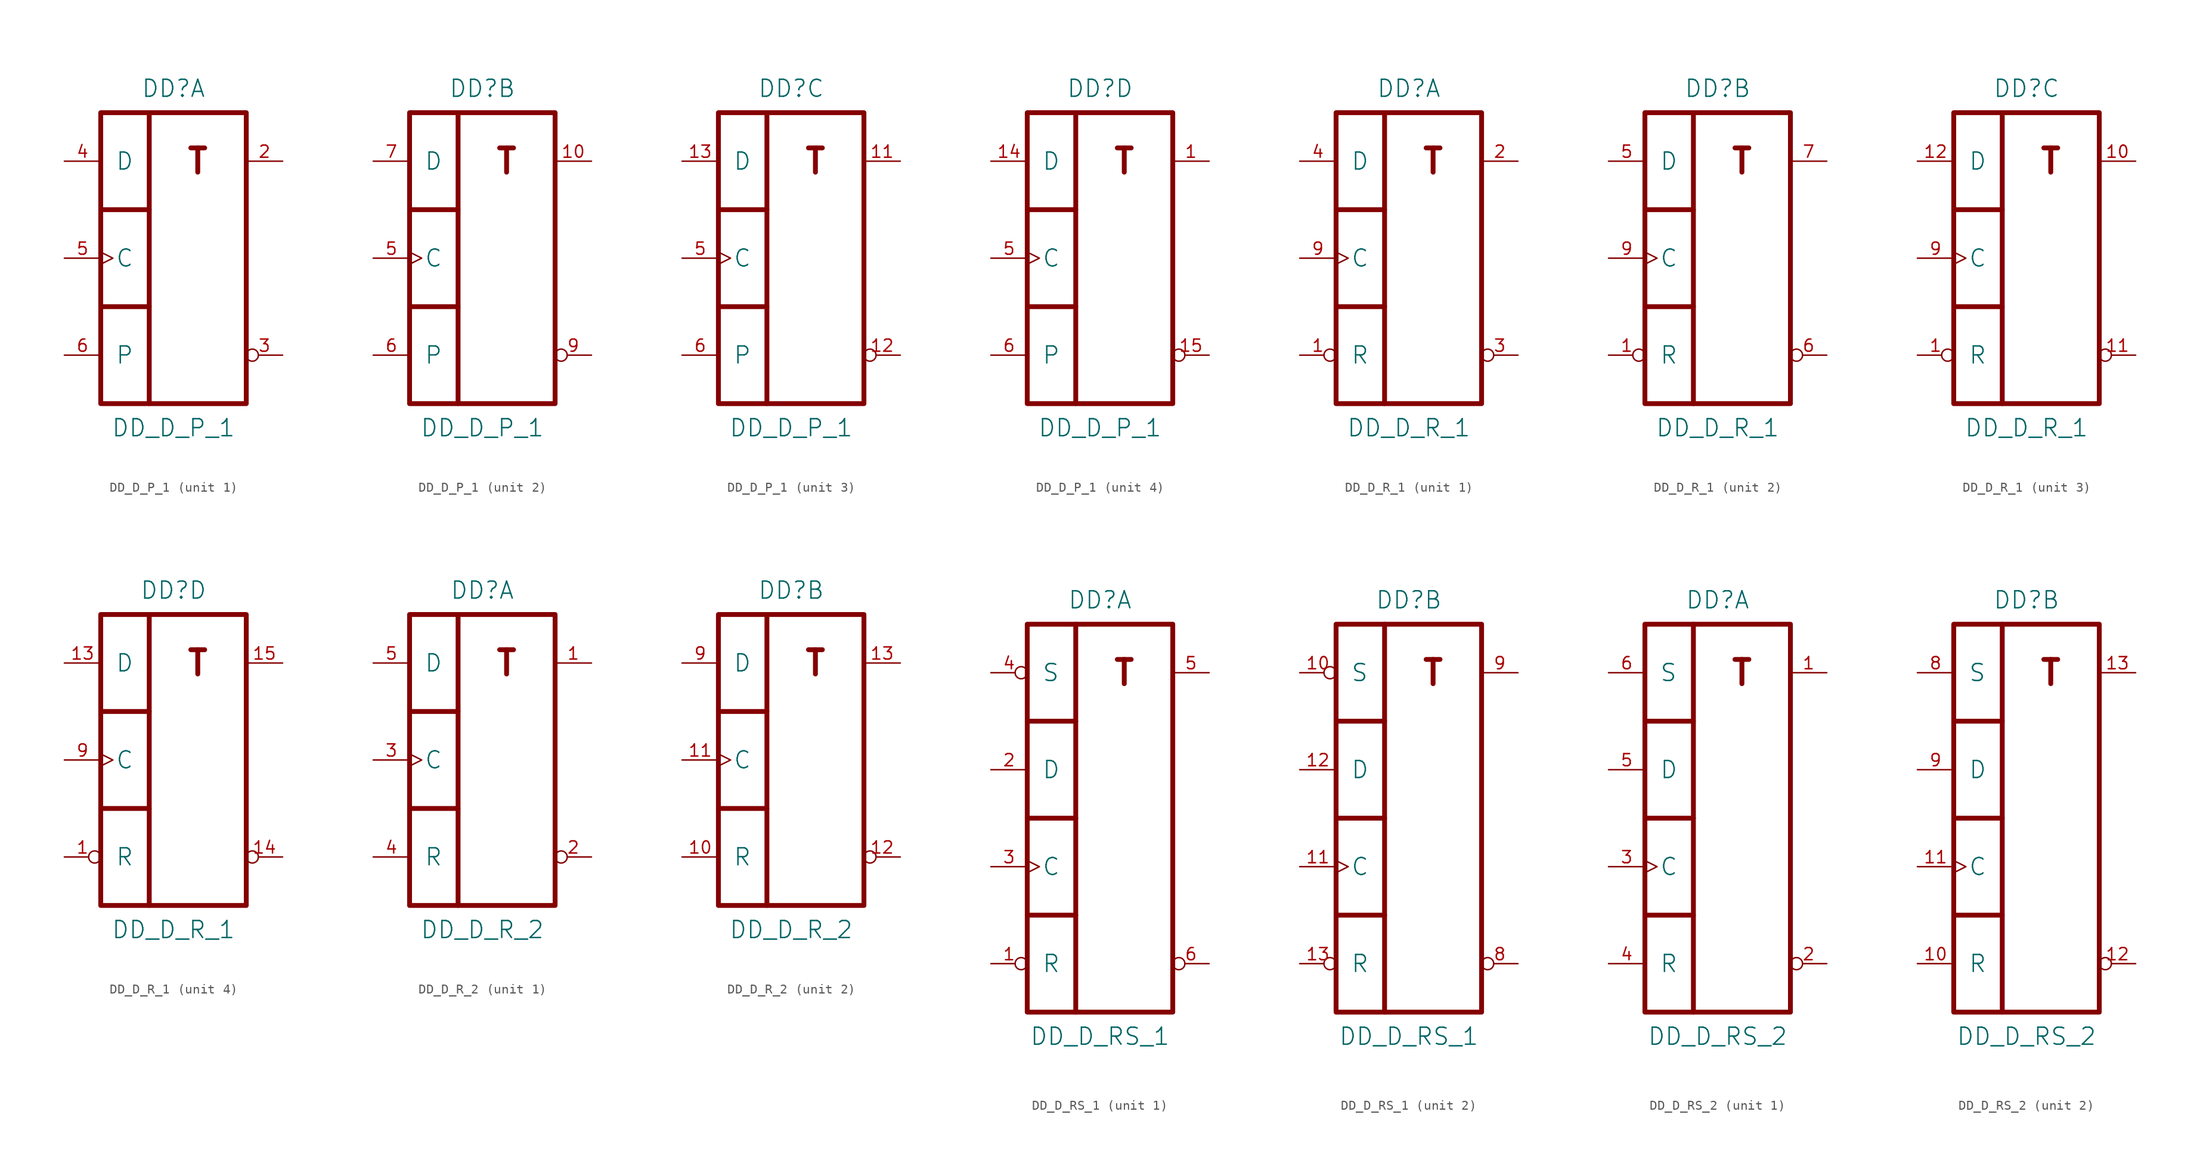
<source format=kicad_sym>
(kicad_symbol_lib
  (version 20211014)
  (generator kicad_symbol_editor)
  (symbol "DD_D_P_1"
    (pin_names
      (offset 1.524))
    (property "Reference" "DD"
      (at 0 17.78 0)
      (effects (font (size 1.778 1.778))))
    (property "Value" "DD_D_P_1"
      (at 0 -17.78 0)
      (effects (font (size 1.778 1.778))))
    (symbol "DD_D_P_1_0_0"
      (text "T" (at 2.54 10.16 0) (effects (font (size 2.54 2.54) bold))))
    (symbol "DD_D_P_1_0_1"
      (rectangle (start -7.62 15.24) (end 7.62 -15.24) (stroke (width 0.508) (type default) (color 0 0 0 0)) (fill (type none)))
      (polyline (pts (xy -7.62 -5.08) (xy -2.54 -5.08)) (stroke (width 0.508) (type default) (color 0 0 0 0)) (fill (type none)))
      (polyline (pts (xy -7.62 5.08) (xy -2.54 5.08)) (stroke (width 0.508) (type default) (color 0 0 0 0)) (fill (type none)))
      (polyline (pts (xy -2.54 15.24) (xy -2.54 -15.24)) (stroke (width 0.508) (type default) (color 0 0 0 0)) (fill (type none)))
      (pin power_in non_logic (at 11.43 12.7 180) (length 3.81) hide (name "VCC" (effects (font (size 1.27 1.27)))) (number "16" (effects (font (size 1.27 1.27)))))
      (pin input clock (at -11.43 0 0) (length 3.81) (name "C" (effects (font (size 1.778 1.778)))) (number "5" (effects (font (size 1.27 1.27)))))
      (pin input line (at -11.43 -10.16 0) (length 3.81) (name "P" (effects (font (size 1.778 1.778)))) (number "6" (effects (font (size 1.27 1.27)))))
      (pin power_in non_logic (at 11.43 -12.7 180) (length 3.81) hide (name "GND" (effects (font (size 1.27 1.27)))) (number "8" (effects (font (size 1.27 1.27))))))
    (symbol "DD_D_P_1_1_1"
      (pin output line (at 11.43 10.16 180) (length 3.81) (name "~" (effects (font (size 1.778 1.778)))) (number "2" (effects (font (size 1.27 1.27)))))
      (pin output inverted (at 11.43 -10.16 180) (length 3.81) (name "~" (effects (font (size 1.778 1.778)))) (number "3" (effects (font (size 1.27 1.27)))))
      (pin input line (at -11.43 10.16 0) (length 3.81) (name "D" (effects (font (size 1.778 1.778)))) (number "4" (effects (font (size 1.27 1.27))))))
    (symbol "DD_D_P_1_2_1"
      (pin output line (at 11.43 10.16 180) (length 3.81) (name "~" (effects (font (size 1.778 1.778)))) (number "10" (effects (font (size 1.27 1.27)))))
      (pin input line (at -11.43 10.16 0) (length 3.81) (name "D" (effects (font (size 1.778 1.778)))) (number "7" (effects (font (size 1.27 1.27)))))
      (pin output inverted (at 11.43 -10.16 180) (length 3.81) (name "~" (effects (font (size 1.778 1.778)))) (number "9" (effects (font (size 1.27 1.27))))))
    (symbol "DD_D_P_1_3_1"
      (pin output line (at 11.43 10.16 180) (length 3.81) (name "~" (effects (font (size 1.778 1.778)))) (number "11" (effects (font (size 1.27 1.27)))))
      (pin output inverted (at 11.43 -10.16 180) (length 3.81) (name "~" (effects (font (size 1.778 1.778)))) (number "12" (effects (font (size 1.27 1.27)))))
      (pin input line (at -11.43 10.16 0) (length 3.81) (name "D" (effects (font (size 1.778 1.778)))) (number "13" (effects (font (size 1.27 1.27))))))
    (symbol "DD_D_P_1_4_1"
      (pin output line (at 11.43 10.16 180) (length 3.81) (name "~" (effects (font (size 1.778 1.778)))) (number "1" (effects (font (size 1.27 1.27)))))
      (pin input line (at -11.43 10.16 0) (length 3.81) (name "D" (effects (font (size 1.778 1.778)))) (number "14" (effects (font (size 1.27 1.27)))))
      (pin output inverted (at 11.43 -10.16 180) (length 3.81) (name "~" (effects (font (size 1.778 1.778)))) (number "15" (effects (font (size 1.27 1.27)))))))
  (symbol "DD_D_R_1"
    (pin_names
      (offset 1.524))
    (property "Reference" "DD"
      (at 0 17.78 0)
      (effects (font (size 1.778 1.778))))
    (property "Value" "DD_D_R_1"
      (at 0 -17.78 0)
      (effects (font (size 1.778 1.778))))
    (symbol "DD_D_R_1_0_0"
      (text "T" (at 2.54 10.16 0) (effects (font (size 2.54 2.54) bold))))
    (symbol "DD_D_R_1_0_1"
      (rectangle (start -7.62 15.24) (end 7.62 -15.24) (stroke (width 0.508) (type default) (color 0 0 0 0)) (fill (type none)))
      (polyline (pts (xy -7.62 -5.08) (xy -2.54 -5.08)) (stroke (width 0.508) (type default) (color 0 0 0 0)) (fill (type none)))
      (polyline (pts (xy -7.62 5.08) (xy -2.54 5.08)) (stroke (width 0.508) (type default) (color 0 0 0 0)) (fill (type none)))
      (polyline (pts (xy -2.54 15.24) (xy -2.54 -15.24)) (stroke (width 0.508) (type default) (color 0 0 0 0)) (fill (type none)))
      (pin input inverted (at -11.43 -10.16 0) (length 3.81) (name "R" (effects (font (size 1.778 1.778)))) (number "1" (effects (font (size 1.27 1.27)))))
      (pin power_in non_logic (at 11.43 12.7 180) (length 3.81) hide (name "VCC" (effects (font (size 1.27 1.27)))) (number "16" (effects (font (size 1.27 1.27)))))
      (pin power_in non_logic (at 11.43 -12.7 180) (length 3.81) hide (name "GND" (effects (font (size 1.27 1.27)))) (number "8" (effects (font (size 1.27 1.27)))))
      (pin input clock (at -11.43 0 0) (length 3.81) (name "C" (effects (font (size 1.778 1.778)))) (number "9" (effects (font (size 1.27 1.27))))))
    (symbol "DD_D_R_1_1_1"
      (pin output line (at 11.43 10.16 180) (length 3.81) (name "~" (effects (font (size 1.778 1.778)))) (number "2" (effects (font (size 1.27 1.27)))))
      (pin output inverted (at 11.43 -10.16 180) (length 3.81) (name "~" (effects (font (size 1.778 1.778)))) (number "3" (effects (font (size 1.27 1.27)))))
      (pin input line (at -11.43 10.16 0) (length 3.81) (name "D" (effects (font (size 1.778 1.778)))) (number "4" (effects (font (size 1.27 1.27))))))
    (symbol "DD_D_R_1_2_1"
      (pin input line (at -11.43 10.16 0) (length 3.81) (name "D" (effects (font (size 1.778 1.778)))) (number "5" (effects (font (size 1.27 1.27)))))
      (pin output inverted (at 11.43 -10.16 180) (length 3.81) (name "~" (effects (font (size 1.778 1.778)))) (number "6" (effects (font (size 1.27 1.27)))))
      (pin output line (at 11.43 10.16 180) (length 3.81) (name "~" (effects (font (size 1.778 1.778)))) (number "7" (effects (font (size 1.27 1.27))))))
    (symbol "DD_D_R_1_3_1"
      (pin output line (at 11.43 10.16 180) (length 3.81) (name "~" (effects (font (size 1.778 1.778)))) (number "10" (effects (font (size 1.27 1.27)))))
      (pin output inverted (at 11.43 -10.16 180) (length 3.81) (name "~" (effects (font (size 1.778 1.778)))) (number "11" (effects (font (size 1.27 1.27)))))
      (pin input line (at -11.43 10.16 0) (length 3.81) (name "D" (effects (font (size 1.778 1.778)))) (number "12" (effects (font (size 1.27 1.27))))))
    (symbol "DD_D_R_1_4_1"
      (pin input line (at -11.43 10.16 0) (length 3.81) (name "D" (effects (font (size 1.778 1.778)))) (number "13" (effects (font (size 1.27 1.27)))))
      (pin output inverted (at 11.43 -10.16 180) (length 3.81) (name "~" (effects (font (size 1.778 1.778)))) (number "14" (effects (font (size 1.27 1.27)))))
      (pin output line (at 11.43 10.16 180) (length 3.81) (name "~" (effects (font (size 1.778 1.778)))) (number "15" (effects (font (size 1.27 1.27)))))))
  (symbol "DD_D_R_2"
    (pin_names
      (offset 1.524))
    (property "Reference" "DD"
      (at 0 17.78 0)
      (effects (font (size 1.778 1.778))))
    (property "Value" "DD_D_R_2"
      (at 0 -17.78 0)
      (effects (font (size 1.778 1.778))))
    (symbol "DD_D_R_2_0_0"
      (text "T" (at 2.54 10.16 0) (effects (font (size 2.54 2.54) bold))))
    (symbol "DD_D_R_2_0_1"
      (rectangle (start -7.62 15.24) (end 7.62 -15.24) (stroke (width 0.508) (type default) (color 0 0 0 0)) (fill (type none)))
      (polyline (pts (xy -7.62 -5.08) (xy -2.54 -5.08)) (stroke (width 0.508) (type default) (color 0 0 0 0)) (fill (type none)))
      (polyline (pts (xy -7.62 5.08) (xy -2.54 5.08)) (stroke (width 0.508) (type default) (color 0 0 0 0)) (fill (type none)))
      (polyline (pts (xy -2.54 15.24) (xy -2.54 -15.24)) (stroke (width 0.508) (type default) (color 0 0 0 0)) (fill (type none)))
      (pin power_in non_logic (at 11.43 12.7 180) (length 3.81) hide (name "VCC" (effects (font (size 1.27 1.27)))) (number "14" (effects (font (size 1.27 1.27)))))
      (pin power_in non_logic (at 11.43 -12.7 180) (length 3.81) hide (name "GND" (effects (font (size 1.27 1.27)))) (number "7" (effects (font (size 1.27 1.27))))))
    (symbol "DD_D_R_2_1_1"
      (pin output line (at 11.43 10.16 180) (length 3.81) (name "~" (effects (font (size 1.778 1.778)))) (number "1" (effects (font (size 1.27 1.27)))))
      (pin output inverted (at 11.43 -10.16 180) (length 3.81) (name "~" (effects (font (size 1.778 1.778)))) (number "2" (effects (font (size 1.27 1.27)))))
      (pin input clock (at -11.43 0 0) (length 3.81) (name "C" (effects (font (size 1.778 1.778)))) (number "3" (effects (font (size 1.27 1.27)))))
      (pin input line (at -11.43 -10.16 0) (length 3.81) (name "R" (effects (font (size 1.778 1.778)))) (number "4" (effects (font (size 1.27 1.27)))))
      (pin input line (at -11.43 10.16 0) (length 3.81) (name "D" (effects (font (size 1.778 1.778)))) (number "5" (effects (font (size 1.27 1.27))))))
    (symbol "DD_D_R_2_2_1"
      (pin input line (at -11.43 -10.16 0) (length 3.81) (name "R" (effects (font (size 1.778 1.778)))) (number "10" (effects (font (size 1.27 1.27)))))
      (pin input clock (at -11.43 0 0) (length 3.81) (name "C" (effects (font (size 1.778 1.778)))) (number "11" (effects (font (size 1.27 1.27)))))
      (pin output inverted (at 11.43 -10.16 180) (length 3.81) (name "~" (effects (font (size 1.778 1.778)))) (number "12" (effects (font (size 1.27 1.27)))))
      (pin output line (at 11.43 10.16 180) (length 3.81) (name "~" (effects (font (size 1.778 1.778)))) (number "13" (effects (font (size 1.27 1.27)))))
      (pin input line (at -11.43 10.16 0) (length 3.81) (name "D" (effects (font (size 1.778 1.778)))) (number "9" (effects (font (size 1.27 1.27)))))))
  (symbol "DD_D_RS_1"
    (pin_names
      (offset 1.524))
    (property "Reference" "DD"
      (at 0 22.86 0)
      (effects (font (size 1.778 1.778))))
    (property "Value" "DD_D_RS_1"
      (at 0 -22.86 0)
      (effects (font (size 1.778 1.778))))
    (symbol "DD_D_RS_1_0_0"
      (text "T" (at 2.54 15.24 0) (effects (font (size 2.54 2.54) bold))))
    (symbol "DD_D_RS_1_0_1"
      (rectangle (start -7.62 20.32) (end 7.62 -20.32) (stroke (width 0.508) (type default) (color 0 0 0 0)) (fill (type none)))
      (polyline (pts (xy -7.62 -10.16) (xy -2.54 -10.16)) (stroke (width 0.508) (type default) (color 0 0 0 0)) (fill (type none)))
      (polyline (pts (xy -7.62 0) (xy -2.54 0)) (stroke (width 0.508) (type default) (color 0 0 0 0)) (fill (type none)))
      (polyline (pts (xy -7.62 10.16) (xy -2.54 10.16)) (stroke (width 0.508) (type default) (color 0 0 0 0)) (fill (type none)))
      (polyline (pts (xy -2.54 20.32) (xy -2.54 -20.32)) (stroke (width 0.508) (type default) (color 0 0 0 0)) (fill (type none)))
      (pin power_in non_logic (at 11.43 17.78 180) (length 3.81) hide (name "VCC" (effects (font (size 1.27 1.27)))) (number "14" (effects (font (size 1.27 1.27)))))
      (pin power_in non_logic (at 11.43 -17.78 180) (length 3.81) hide (name "GND" (effects (font (size 1.27 1.27)))) (number "7" (effects (font (size 1.27 1.27))))))
    (symbol "DD_D_RS_1_1_1"
      (pin input inverted (at -11.43 -15.24 0) (length 3.81) (name "R" (effects (font (size 1.778 1.778)))) (number "1" (effects (font (size 1.27 1.27)))))
      (pin input line (at -11.43 5.08 0) (length 3.81) (name "D" (effects (font (size 1.778 1.778)))) (number "2" (effects (font (size 1.27 1.27)))))
      (pin input clock (at -11.43 -5.08 0) (length 3.81) (name "C" (effects (font (size 1.778 1.778)))) (number "3" (effects (font (size 1.27 1.27)))))
      (pin input inverted (at -11.43 15.24 0) (length 3.81) (name "S" (effects (font (size 1.778 1.778)))) (number "4" (effects (font (size 1.27 1.27)))))
      (pin output line (at 11.43 15.24 180) (length 3.81) (name "~" (effects (font (size 1.778 1.778)))) (number "5" (effects (font (size 1.27 1.27)))))
      (pin output inverted (at 11.43 -15.24 180) (length 3.81) (name "~" (effects (font (size 1.778 1.778)))) (number "6" (effects (font (size 1.27 1.27))))))
    (symbol "DD_D_RS_1_2_1"
      (pin input inverted (at -11.43 15.24 0) (length 3.81) (name "S" (effects (font (size 1.778 1.778)))) (number "10" (effects (font (size 1.27 1.27)))))
      (pin input clock (at -11.43 -5.08 0) (length 3.81) (name "C" (effects (font (size 1.778 1.778)))) (number "11" (effects (font (size 1.27 1.27)))))
      (pin input line (at -11.43 5.08 0) (length 3.81) (name "D" (effects (font (size 1.778 1.778)))) (number "12" (effects (font (size 1.27 1.27)))))
      (pin input inverted (at -11.43 -15.24 0) (length 3.81) (name "R" (effects (font (size 1.778 1.778)))) (number "13" (effects (font (size 1.27 1.27)))))
      (pin output inverted (at 11.43 -15.24 180) (length 3.81) (name "~" (effects (font (size 1.778 1.778)))) (number "8" (effects (font (size 1.27 1.27)))))
      (pin output line (at 11.43 15.24 180) (length 3.81) (name "~" (effects (font (size 1.778 1.778)))) (number "9" (effects (font (size 1.27 1.27)))))))
  (symbol "DD_D_RS_2"
    (pin_names
      (offset 1.524))
    (property "Reference" "DD"
      (at 0 22.86 0)
      (effects (font (size 1.778 1.778))))
    (property "Value" "DD_D_RS_2"
      (at 0 -22.86 0)
      (effects (font (size 1.778 1.778))))
    (symbol "DD_D_RS_2_0_0"
      (text "T" (at 2.54 15.24 0) (effects (font (size 2.54 2.54) bold))))
    (symbol "DD_D_RS_2_0_1"
      (rectangle (start -7.62 20.32) (end 7.62 -20.32) (stroke (width 0.508) (type default) (color 0 0 0 0)) (fill (type none)))
      (polyline (pts (xy -7.62 -10.16) (xy -2.54 -10.16)) (stroke (width 0.508) (type default) (color 0 0 0 0)) (fill (type none)))
      (polyline (pts (xy -7.62 0) (xy -2.54 0)) (stroke (width 0.508) (type default) (color 0 0 0 0)) (fill (type none)))
      (polyline (pts (xy -7.62 10.16) (xy -2.54 10.16)) (stroke (width 0.508) (type default) (color 0 0 0 0)) (fill (type none)))
      (polyline (pts (xy -2.54 20.32) (xy -2.54 -20.32)) (stroke (width 0.508) (type default) (color 0 0 0 0)) (fill (type none)))
      (pin power_in non_logic (at 11.43 17.78 180) (length 3.81) hide (name "VCC" (effects (font (size 1.27 1.27)))) (number "14" (effects (font (size 1.27 1.27)))))
      (pin power_in non_logic (at 11.43 -17.78 180) (length 3.81) hide (name "GND" (effects (font (size 1.27 1.27)))) (number "7" (effects (font (size 1.27 1.27))))))
    (symbol "DD_D_RS_2_1_1"
      (pin output line (at 11.43 15.24 180) (length 3.81) (name "~" (effects (font (size 1.778 1.778)))) (number "1" (effects (font (size 1.27 1.27)))))
      (pin output inverted (at 11.43 -15.24 180) (length 3.81) (name "~" (effects (font (size 1.778 1.778)))) (number "2" (effects (font (size 1.27 1.27)))))
      (pin input clock (at -11.43 -5.08 0) (length 3.81) (name "C" (effects (font (size 1.778 1.778)))) (number "3" (effects (font (size 1.27 1.27)))))
      (pin input line (at -11.43 -15.24 0) (length 3.81) (name "R" (effects (font (size 1.778 1.778)))) (number "4" (effects (font (size 1.27 1.27)))))
      (pin input line (at -11.43 5.08 0) (length 3.81) (name "D" (effects (font (size 1.778 1.778)))) (number "5" (effects (font (size 1.27 1.27)))))
      (pin input line (at -11.43 15.24 0) (length 3.81) (name "S" (effects (font (size 1.778 1.778)))) (number "6" (effects (font (size 1.27 1.27))))))
    (symbol "DD_D_RS_2_2_1"
      (pin input line (at -11.43 -15.24 0) (length 3.81) (name "R" (effects (font (size 1.778 1.778)))) (number "10" (effects (font (size 1.27 1.27)))))
      (pin input clock (at -11.43 -5.08 0) (length 3.81) (name "C" (effects (font (size 1.778 1.778)))) (number "11" (effects (font (size 1.27 1.27)))))
      (pin output inverted (at 11.43 -15.24 180) (length 3.81) (name "~" (effects (font (size 1.778 1.778)))) (number "12" (effects (font (size 1.27 1.27)))))
      (pin output line (at 11.43 15.24 180) (length 3.81) (name "~" (effects (font (size 1.778 1.778)))) (number "13" (effects (font (size 1.27 1.27)))))
      (pin input line (at -11.43 15.24 0) (length 3.81) (name "S" (effects (font (size 1.778 1.778)))) (number "8" (effects (font (size 1.27 1.27)))))
      (pin input line (at -11.43 5.08 0) (length 3.81) (name "D" (effects (font (size 1.778 1.778)))) (number "9" (effects (font (size 1.27 1.27))))))))
</source>
